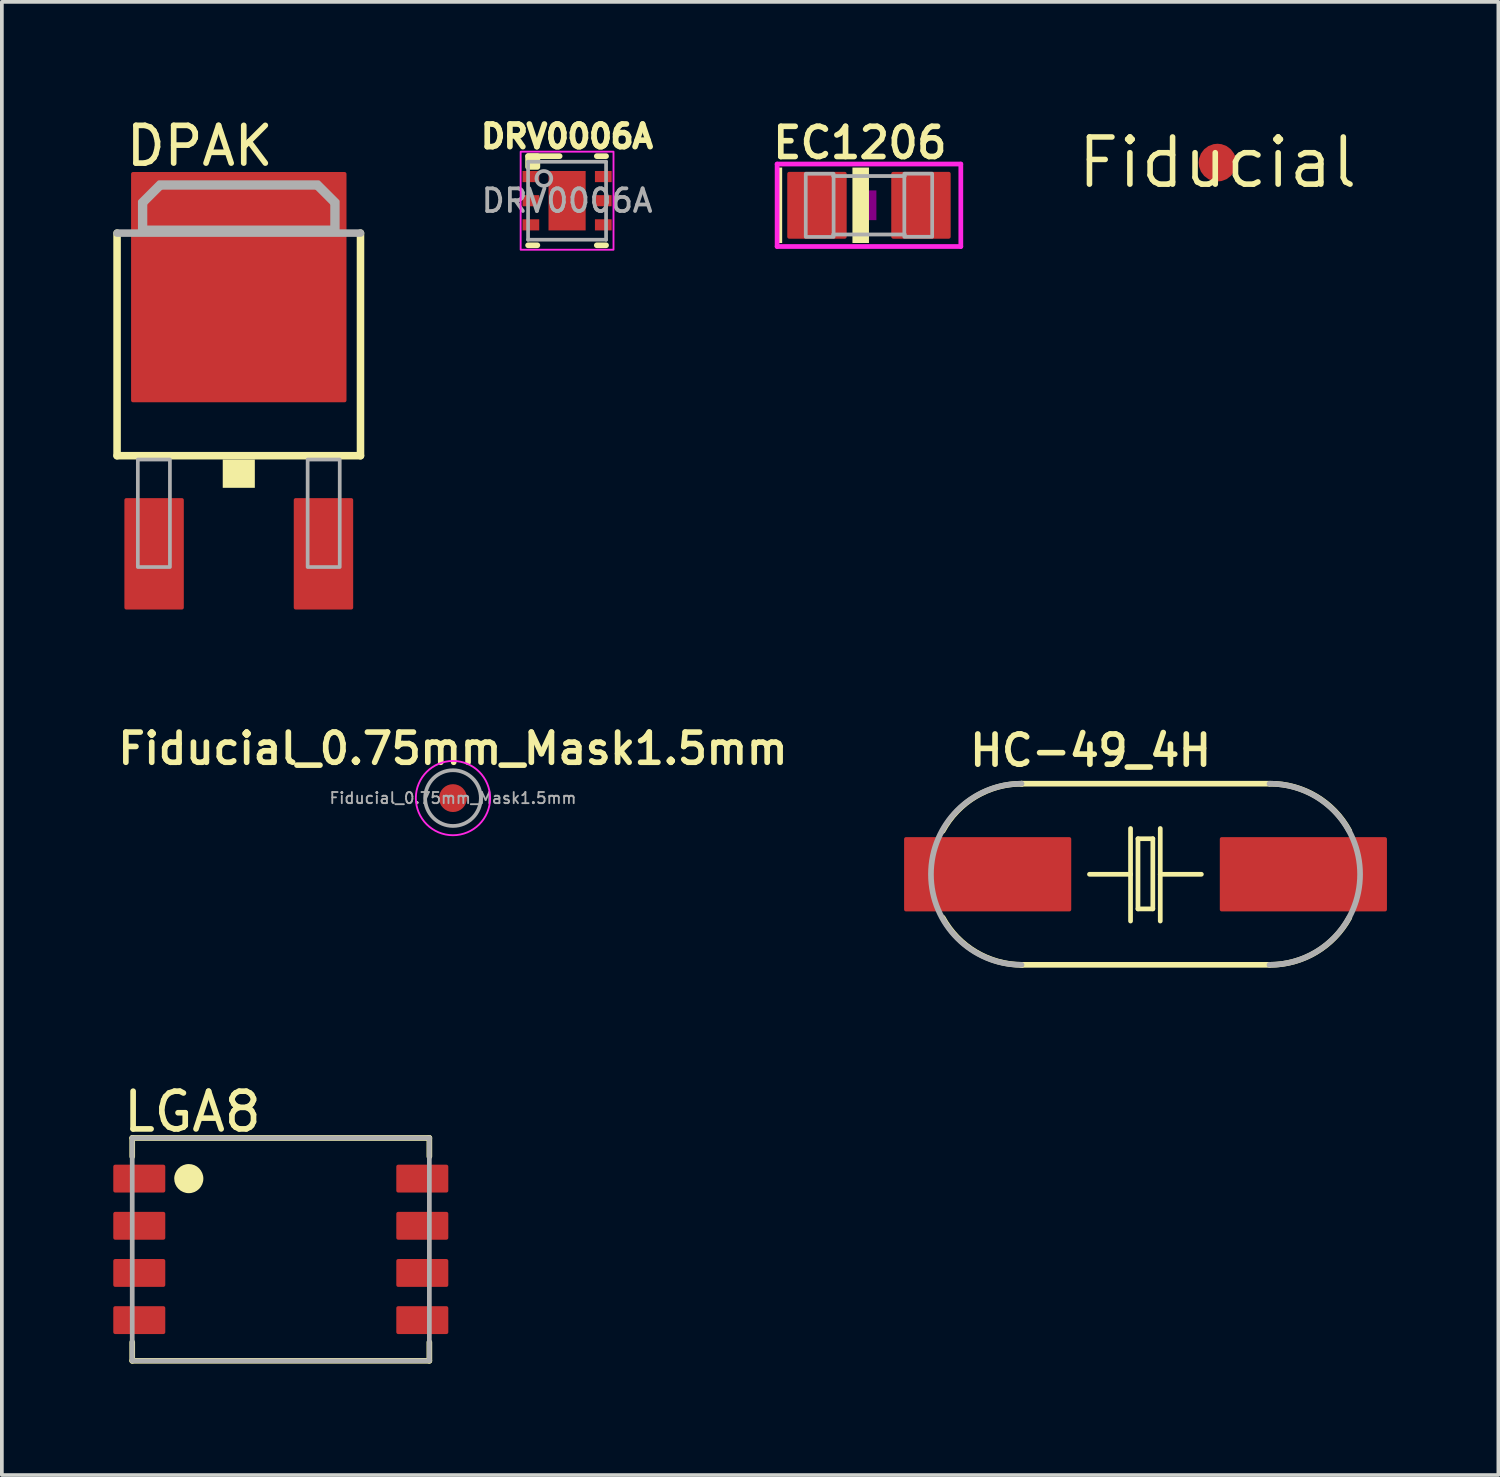
<source format=kicad_pcb>
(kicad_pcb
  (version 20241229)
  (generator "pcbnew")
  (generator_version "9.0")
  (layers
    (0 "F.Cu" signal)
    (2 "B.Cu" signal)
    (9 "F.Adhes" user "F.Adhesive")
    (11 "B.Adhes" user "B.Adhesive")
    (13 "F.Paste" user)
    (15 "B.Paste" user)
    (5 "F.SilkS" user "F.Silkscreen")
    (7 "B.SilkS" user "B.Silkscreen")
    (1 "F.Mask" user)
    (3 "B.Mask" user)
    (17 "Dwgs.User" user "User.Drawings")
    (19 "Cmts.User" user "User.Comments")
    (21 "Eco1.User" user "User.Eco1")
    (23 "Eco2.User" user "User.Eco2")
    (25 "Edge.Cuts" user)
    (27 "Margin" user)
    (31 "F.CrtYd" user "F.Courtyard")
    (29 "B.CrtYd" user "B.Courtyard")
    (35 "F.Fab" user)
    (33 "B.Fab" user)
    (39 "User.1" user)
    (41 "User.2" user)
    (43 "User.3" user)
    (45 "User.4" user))
  (footprint "EC1206"
    (layer "F.Cu")
    (at 20.346 2.477)
    (property "Reference" "EC1206" (at -2.667 -1.206 0) (layer "F.SilkS") (effects (font (size 0.813 0.813) (thickness 0.152) (bold yes)) (justify left bottom)))
    (attr smd)
    (fp_poly (pts (xy -2.489 1.016) (xy -2.337 1.016) (xy -2.337 -1.016) (xy -2.489 -1.016)) (stroke (width 0) (type default)) (fill yes) (layer "F.SilkS"))
    (fp_poly (pts (xy -0.445 1.016) (xy 0 1.016) (xy 0 -1.016) (xy -0.445 -1.016)) (stroke (width 0) (type default)) (fill yes) (layer "F.SilkS"))
    (fp_poly (pts (xy -0.2 0.4) (xy 0.2 0.4) (xy 0.2 -0.4) (xy -0.2 -0.4)) (stroke (width 0) (type default)) (fill yes) (layer "F.Adhes"))
    (fp_line (start -2.473 -1.11) (end 2.473 -1.11) (stroke (width 0.127) (type solid)) (layer "F.CrtYd"))
    (fp_line (start -2.473 1.11) (end -2.473 -1.11) (stroke (width 0.127) (type solid)) (layer "F.CrtYd"))
    (fp_line (start 2.473 -1.11) (end 2.473 1.11) (stroke (width 0.127) (type solid)) (layer "F.CrtYd"))
    (fp_line (start 2.473 1.11) (end -2.473 1.11) (stroke (width 0.127) (type solid)) (layer "F.CrtYd"))
    (fp_line (start -0.965 -0.787) (end 0.965 -0.787) (stroke (width 0.102) (type solid)) (layer "F.Fab"))
    (fp_line (start -0.965 0.787) (end 0.965 0.787) (stroke (width 0.102) (type solid)) (layer "F.Fab"))
    (fp_poly (pts (xy -1.702 0.851) (xy -0.952 0.851) (xy -0.952 -0.849) (xy -1.702 -0.849)) (stroke (width 0.1) (type default)) (fill no) (layer "F.Fab"))
    (fp_poly (pts (xy 0.952 0.849) (xy 1.702 0.849) (xy 1.702 -0.851) (xy 0.952 -0.851)) (stroke (width 0.1) (type default)) (fill no) (layer "F.Fab"))
    (pad "+" smd roundrect (at -1.4 0) (size 1.6 1.8) (layers "F.Cu" "F.Mask" "F.Paste") (roundrect_rratio 0.032))
    (pad "-" smd roundrect (at 1.4 0) (size 1.6 1.8) (layers "F.Cu" "F.Mask" "F.Paste") (roundrect_rratio 0.032)))
  (footprint "DPAK"
    (layer "F.Cu")
    (at 3.379 7.061)
    (property "Reference" "DPAK" (at -3.111 -5.588 0) (layer "F.SilkS") (effects (font (size 1.016 1.016) (thickness 0.152)) (justify left bottom)))
    (attr smd)
    (fp_line (start -3.277 2.159) (end -3.277 -3.835) (stroke (width 0.203) (type solid)) (layer "F.SilkS"))
    (fp_line (start 3.277 -3.835) (end 3.277 2.159) (stroke (width 0.203) (type solid)) (layer "F.SilkS"))
    (fp_line (start 3.277 2.159) (end -3.277 2.159) (stroke (width 0.203) (type solid)) (layer "F.SilkS"))
    (fp_poly (pts (xy -0.432 3.023) (xy 0.432 3.023) (xy 0.432 2.261) (xy -0.432 2.261)) (stroke (width 0) (type default)) (fill yes) (layer "F.SilkS"))
    (fp_line (start -3.277 -3.835) (end 3.277 -3.835) (stroke (width 0.203) (type solid)) (layer "F.Fab"))
    (fp_line (start -2.565 -4.648) (end -2.108 -5.105) (stroke (width 0.203) (type solid)) (layer "F.Fab"))
    (fp_line (start -2.565 -3.937) (end -2.565 -4.648) (stroke (width 0.203) (type solid)) (layer "F.Fab"))
    (fp_line (start -2.108 -5.105) (end 2.108 -5.105) (stroke (width 0.203) (type solid)) (layer "F.Fab"))
    (fp_line (start 2.108 -5.105) (end 2.565 -4.648) (stroke (width 0.203) (type solid)) (layer "F.Fab"))
    (fp_line (start 2.565 -4.648) (end 2.565 -3.937) (stroke (width 0.203) (type solid)) (layer "F.Fab"))
    (fp_line (start 2.565 -3.937) (end -2.565 -3.937) (stroke (width 0.203) (type solid)) (layer "F.Fab"))
    (fp_poly (pts (xy -2.718 5.156) (xy -1.854 5.156) (xy -1.854 2.261) (xy -2.718 2.261)) (stroke (width 0.1) (type default)) (fill no) (layer "F.Fab"))
    (fp_poly (pts (xy 1.854 5.156) (xy 2.718 5.156) (xy 2.718 2.261) (xy 1.854 2.261)) (stroke (width 0.1) (type default)) (fill no) (layer "F.Fab"))
    (fp_poly (pts (xy 2.665 -4.69) (xy 2.665 -3.837) (xy -2.665 -3.837) (xy -2.665 -4.69) (xy -2.15 -5.205) (xy 2.15 -5.205)) (stroke (width 0.1) (type default)) (fill no) (layer "F.Fab"))
    (pad "1" smd roundrect (at -2.28 4.8) (size 1.6 3) (layers "F.Cu" "F.Mask" "F.Paste") (roundrect_rratio 0.032))
    (pad "3" smd roundrect (at 2.28 4.8) (size 1.6 3) (layers "F.Cu" "F.Mask" "F.Paste") (roundrect_rratio 0.032))
    (pad "4" smd roundrect (at 0 -2.38) (size 5.8 6.2) (layers "F.Cu" "F.Mask" "F.Paste") (roundrect_rratio 0.009)))
  (footprint "DRV0006A"
    (layer "F.Cu")
    (at 12.218 2.354)
    (property "Reference" "DRV0006A" (at 0 -1.73 0) (unlocked yes) (layer "F.SilkS") (effects (font (size 0.61 0.61) (thickness 0.152) (bold yes))))
    (attr smd)
    (fp_line (start -1.05 -1.2) (end -0.2 -1.2) (stroke (width 0.152) (type solid)) (layer "F.SilkS"))
    (fp_line (start -1.05 1.2) (end -0.8 1.2) (stroke (width 0.152) (type solid)) (layer "F.SilkS"))
    (fp_line (start 0.8 -1.2) (end 1.05 -1.2) (stroke (width 0.152) (type solid)) (layer "F.SilkS"))
    (fp_line (start 0.8 1.2) (end 1.05 1.2) (stroke (width 0.152) (type solid)) (layer "F.SilkS"))
    (fp_rect (start -1.05 -1.2) (end -0.8 -0.91) (stroke (width 0.152) (type solid)) (fill yes) (layer "F.SilkS"))
    (fp_poly (pts (xy -0.5 -0.149) (xy -0.5 -0.751) (xy -0.499 -0.761) (xy -0.496 -0.77) (xy -0.492 -0.778) (xy -0.486 -0.786) (xy -0.478 -0.792) (xy -0.47 -0.796) (xy -0.461 -0.799) (xy -0.451 -0.8) (xy 0.451 -0.8) (xy 0.461 -0.799) (xy 0.47 -0.796) (xy 0.478 -0.792) (xy 0.486 -0.786) (xy 0.492 -0.778) (xy 0.496 -0.77) (xy 0.499 -0.761) (xy 0.5 -0.751) (xy 0.5 -0.149) (xy 0.499 -0.139) (xy 0.496 -0.13) (xy 0.492 -0.122) (xy 0.486 -0.114) (xy 0.478 -0.108) (xy 0.47 -0.104) (xy 0.461 -0.101) (xy 0.451 -0.1) (xy -0.451 -0.1) (xy -0.461 -0.101) (xy -0.47 -0.104) (xy -0.478 -0.108) (xy -0.486 -0.114) (xy -0.492 -0.122) (xy -0.496 -0.13) (xy -0.499 -0.139)) (stroke (width 0) (type solid)) (fill yes) (layer "F.Paste"))
    (fp_poly (pts (xy -0.5 0.751) (xy -0.5 0.149) (xy -0.499 0.139) (xy -0.496 0.13) (xy -0.492 0.122) (xy -0.486 0.114) (xy -0.478 0.108) (xy -0.47 0.104) (xy -0.461 0.101) (xy -0.451 0.1) (xy 0.451 0.1) (xy 0.461 0.101) (xy 0.47 0.104) (xy 0.478 0.108) (xy 0.486 0.114) (xy 0.492 0.122) (xy 0.496 0.13) (xy 0.499 0.139) (xy 0.5 0.149) (xy 0.5 0.751) (xy 0.499 0.761) (xy 0.496 0.77) (xy 0.492 0.778) (xy 0.486 0.786) (xy 0.478 0.792) (xy 0.47 0.796) (xy 0.461 0.799) (xy 0.451 0.8) (xy -0.451 0.8) (xy -0.461 0.799) (xy -0.47 0.796) (xy -0.478 0.792) (xy -0.486 0.786) (xy -0.492 0.778) (xy -0.496 0.77) (xy -0.499 0.761)) (stroke (width 0) (type solid)) (fill yes) (layer "F.Paste"))
    (fp_rect (start -1.25 -1.32) (end 1.25 1.32) (stroke (width 0.05) (type default)) (fill no) (layer "F.CrtYd"))
    (fp_line (start -1.05 -1.05) (end 1.05 -1.05) (stroke (width 0.1) (type solid)) (layer "F.Fab"))
    (fp_line (start -1.05 1.05) (end -1.05 -1.05) (stroke (width 0.1) (type solid)) (layer "F.Fab"))
    (fp_line (start -1.05 1.05) (end 1.05 1.05) (stroke (width 0.1) (type solid)) (layer "F.Fab"))
    (fp_line (start 1.05 1.05) (end 1.05 -1.05) (stroke (width 0.1) (type solid)) (layer "F.Fab"))
    (fp_circle (center -0.625 -0.6) (end -0.425 -0.6) (stroke (width 0.1) (type solid)) (fill no) (layer "F.Fab"))
    (fp_text user "${REFERENCE}" (at 0 0 0) (unlocked yes) (layer "F.Fab") (effects (font (size 0.61 0.61) (thickness 0.102) (bold yes))))
    (pad "1" smd rect (at -0.975 -0.65 90) (size 0.3 0.45) (layers "F.Cu" "F.Mask" "F.Paste"))
    (pad "2" smd rect (at -0.975 0 90) (size 0.3 0.45) (layers "F.Cu" "F.Mask" "F.Paste"))
    (pad "3" smd rect (at -0.975 0.65 90) (size 0.3 0.45) (layers "F.Cu" "F.Mask" "F.Paste"))
    (pad "4" smd rect (at 0.975 0.65 90) (size 0.3 0.45) (layers "F.Cu" "F.Mask" "F.Paste"))
    (pad "5" smd rect (at 0.975 0 90) (size 0.3 0.45) (layers "F.Cu" "F.Mask" "F.Paste"))
    (pad "6" smd rect (at 0.975 -0.65 90) (size 0.3 0.45) (layers "F.Cu" "F.Mask" "F.Paste"))
    (pad "7" smd rect (at 0 0) (size 1 1.6) (layers "F.Cu" "F.Mask" "F.Paste")))
  (footprint "Fiducial_0.75mm_Mask1.5mm"
    (layer "F.Cu")
    (at 9.146 18.438)
    (property "Reference" "Fiducial_0.75mm_Mask1.5mm" (at 0 -1.333 0) (layer "F.SilkS") (effects (font (size 0.813 0.813) (thickness 0.152) (bold yes))))
    (attr smd)
    (fp_circle (center 0 0) (end 1 0) (stroke (width 0.05) (type solid)) (fill no) (layer "F.CrtYd"))
    (fp_circle (center 0 0) (end 0.75 0) (stroke (width 0.1) (type solid)) (fill no) (layer "F.Fab"))
    (fp_text user "${REFERENCE}" (at 0 0 0) (layer "F.Fab") (effects (font (size 0.3 0.3) (thickness 0.05))))
    (pad "" smd circle (at 0 0) (size 0.75 0.75) (layers "F.Cu" "F.Mask")))
  (footprint "Fiducial"
    (layer "F.Cu")
    (at 29.73 1.328)
    (property "Reference" "Fiducial" (at 0 0 0) (layer "F.SilkS") (effects (font (size 1.27 1.27) (thickness 0.15))))
    (attr smd exclude_from_bom)
    (fp_circle (center 0 0) (end 1.278 0) (stroke (width 0.1) (type solid)) (fill yes) (layer "F.Mask"))
    (pad "" smd roundrect (at 0 0) (size 1.016 1.016) (property pad_prop_fiducial_glob) (layers "F.Cu" "F.Mask") (roundrect_rratio 0.5)))
  (footprint "HC-49_4H"
    (layer "F.Cu")
    (at 27.792 20.489)
    (property "Reference" "HC-49_4H" (at -4.81 -2.857 0) (layer "F.SilkS") (effects (font (size 0.813 0.813) (thickness 0.152) (bold yes)) (justify left bottom)))
    (attr smd)
    (fp_line (start -3.353 -2.438) (end -3.327 -2.438) (stroke (width 0.152) (type solid)) (layer "F.SilkS"))
    (fp_line (start -3.353 2.438) (end -3.327 2.438) (stroke (width 0.152) (type solid)) (layer "F.SilkS"))
    (fp_line (start -3.327 -2.438) (end 3.327 -2.438) (stroke (width 0.152) (type solid)) (layer "F.SilkS"))
    (fp_line (start -3.327 2.438) (end 3.327 2.438) (stroke (width 0.152) (type solid)) (layer "F.SilkS"))
    (fp_line (start -1.509 0) (end -0.403 0) (stroke (width 0.127) (type solid)) (layer "F.SilkS"))
    (fp_line (start -0.403 0) (end -0.403 -1.233) (stroke (width 0.127) (type solid)) (layer "F.SilkS"))
    (fp_line (start -0.403 1.259) (end -0.403 0) (stroke (width 0.127) (type solid)) (layer "F.SilkS"))
    (fp_line (start -0.203 -0.957) (end 0.197 -0.957) (stroke (width 0.127) (type solid)) (layer "F.SilkS"))
    (fp_line (start -0.203 0.932) (end -0.203 -0.957) (stroke (width 0.127) (type solid)) (layer "F.SilkS"))
    (fp_line (start 0.197 -0.957) (end 0.197 0.932) (stroke (width 0.127) (type solid)) (layer "F.SilkS"))
    (fp_line (start 0.197 0.932) (end -0.203 0.932) (stroke (width 0.127) (type solid)) (layer "F.SilkS"))
    (fp_line (start 0.397 -1.233) (end 0.397 0) (stroke (width 0.127) (type solid)) (layer "F.SilkS"))
    (fp_line (start 0.397 0) (end 0.397 1.259) (stroke (width 0.127) (type solid)) (layer "F.SilkS"))
    (fp_line (start 1.504 0) (end 0.397 0) (stroke (width 0.127) (type solid)) (layer "F.SilkS"))
    (fp_arc (start -5.461 -1.168399) (mid -4.569447 -2.097814) (end -3.3274 -2.4384) (stroke (width 0.1524) (type solid)) (layer "F.SilkS"))
    (fp_arc (start -3.3274 2.4384) (mid -4.567733 2.094937) (end -5.460999 1.1684) (stroke (width 0.1524) (type solid)) (layer "F.SilkS"))
    (fp_arc (start 3.3528 -2.4384) (mid 4.594847 -2.097814) (end 5.4864 -1.168399) (stroke (width 0.1524) (type solid)) (layer "F.SilkS"))
    (fp_arc (start 5.486399 1.1684) (mid 4.593133 2.094937) (end 3.3528 2.4384) (stroke (width 0.1524) (type solid)) (layer "F.SilkS"))
    (fp_arc (start -3.3384 2.4384) (mid -5.7768 0) (end -3.3384 -2.4384) (stroke (width 0.1524) (type solid)) (layer "F.Fab"))
    (fp_arc (start 3.3384 -2.4384) (mid 5.7768 0) (end 3.3384 2.4384) (stroke (width 0.1524) (type solid)) (layer "F.Fab"))
    (pad "1" smd roundrect (at -4.25 0) (size 4.5 2) (layers "F.Cu" "F.Mask" "F.Paste") (roundrect_rratio 0.025))
    (pad "2" smd roundrect (at 4.25 0) (size 4.5 2) (layers "F.Cu" "F.Mask" "F.Paste") (roundrect_rratio 0.025)))
  (footprint "LGA8"
    (layer "F.Cu")
    (at 4.51 30.588)
    (property "Reference" "LGA8" (at -4.318 -3.111 0) (unlocked yes) (layer "F.SilkS") (effects (font (size 1.016 1.016) (thickness 0.152)) (justify left bottom)))
    (attr smd)
    (fp_line (start -4 -3) (end 4 -3) (stroke (width 0.152) (type solid)) (layer "F.SilkS"))
    (fp_line (start -4 -2.5) (end -4 -3) (stroke (width 0.152) (type solid)) (layer "F.SilkS"))
    (fp_line (start -4 2.5) (end -4 3) (stroke (width 0.152) (type solid)) (layer "F.SilkS"))
    (fp_line (start -4 3) (end 4 3) (stroke (width 0.152) (type solid)) (layer "F.SilkS"))
    (fp_line (start 4 -3) (end 4 -2.5) (stroke (width 0.152) (type solid)) (layer "F.SilkS"))
    (fp_line (start 4 3) (end 4 2.5) (stroke (width 0.152) (type solid)) (layer "F.SilkS"))
    (fp_circle (center -2.477 -1.905) (end -2.135 -1.905) (stroke (width 0.1) (type solid)) (fill yes) (layer "F.SilkS"))
    (fp_line (start -4 -3) (end 4 -3) (stroke (width 0.127) (type solid)) (layer "F.Fab"))
    (fp_line (start -4 3) (end -4 -3) (stroke (width 0.127) (type solid)) (layer "F.Fab"))
    (fp_line (start 4 -3) (end 4 3) (stroke (width 0.127) (type solid)) (layer "F.Fab"))
    (fp_line (start 4 3) (end -4 3) (stroke (width 0.127) (type solid)) (layer "F.Fab"))
    (pad "1" smd roundrect (at -3.81 -1.905) (size 1.4 0.75) (layers "F.Cu" "F.Mask" "F.Paste") (roundrect_rratio 0.068))
    (pad "2" smd roundrect (at -3.81 -0.635) (size 1.4 0.75) (layers "F.Cu" "F.Mask" "F.Paste") (roundrect_rratio 0.068))
    (pad "3" smd roundrect (at -3.81 0.635) (size 1.4 0.75) (layers "F.Cu" "F.Mask" "F.Paste") (roundrect_rratio 0.068))
    (pad "4" smd roundrect (at -3.81 1.905) (size 1.4 0.75) (layers "F.Cu" "F.Mask" "F.Paste") (roundrect_rratio 0.068))
    (pad "5" smd roundrect (at 3.81 1.905) (size 1.4 0.75) (layers "F.Cu" "F.Mask" "F.Paste") (roundrect_rratio 0.068))
    (pad "6" smd roundrect (at 3.81 0.635) (size 1.4 0.75) (layers "F.Cu" "F.Mask" "F.Paste") (roundrect_rratio 0.068))
    (pad "7" smd roundrect (at 3.81 -0.635) (size 1.4 0.75) (layers "F.Cu" "F.Mask" "F.Paste") (roundrect_rratio 0.068))
    (pad "8" smd roundrect (at 3.81 -1.905) (size 1.4 0.75) (layers "F.Cu" "F.Mask" "F.Paste") (roundrect_rratio 0.068)))
  (gr_rect
    (start -3 -3)
    (end 37.292 36.664)
    (stroke (width 0.1) (type default))
    (fill no)
    (layer "Edge.Cuts")))
</source>
